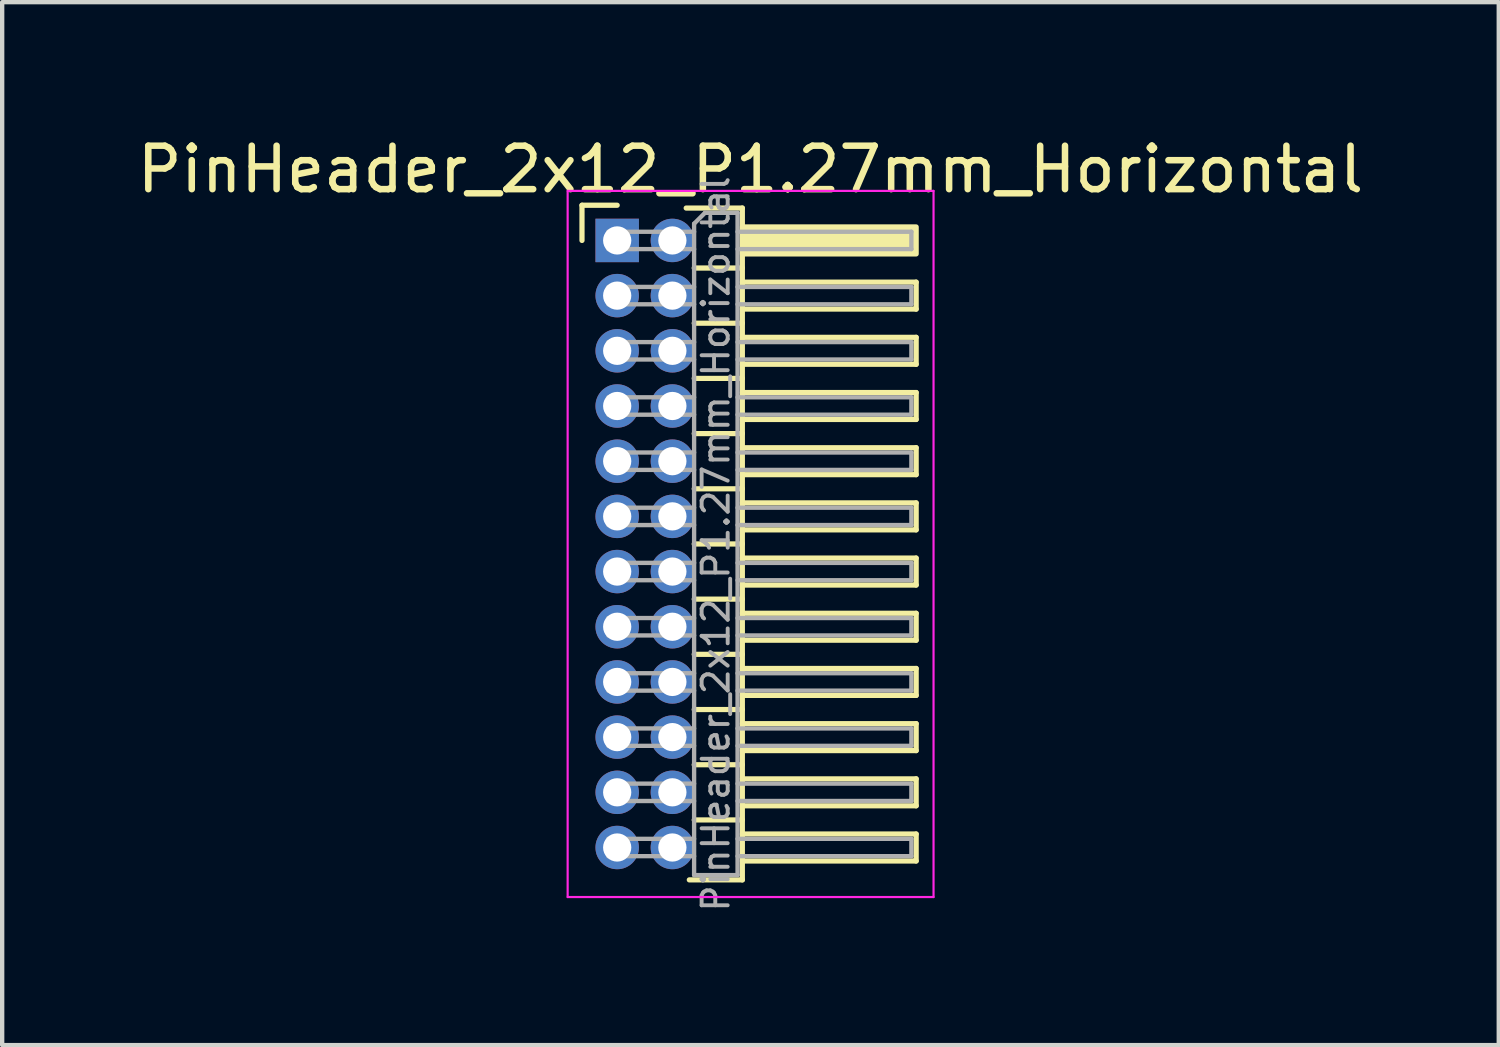
<source format=kicad_pcb>
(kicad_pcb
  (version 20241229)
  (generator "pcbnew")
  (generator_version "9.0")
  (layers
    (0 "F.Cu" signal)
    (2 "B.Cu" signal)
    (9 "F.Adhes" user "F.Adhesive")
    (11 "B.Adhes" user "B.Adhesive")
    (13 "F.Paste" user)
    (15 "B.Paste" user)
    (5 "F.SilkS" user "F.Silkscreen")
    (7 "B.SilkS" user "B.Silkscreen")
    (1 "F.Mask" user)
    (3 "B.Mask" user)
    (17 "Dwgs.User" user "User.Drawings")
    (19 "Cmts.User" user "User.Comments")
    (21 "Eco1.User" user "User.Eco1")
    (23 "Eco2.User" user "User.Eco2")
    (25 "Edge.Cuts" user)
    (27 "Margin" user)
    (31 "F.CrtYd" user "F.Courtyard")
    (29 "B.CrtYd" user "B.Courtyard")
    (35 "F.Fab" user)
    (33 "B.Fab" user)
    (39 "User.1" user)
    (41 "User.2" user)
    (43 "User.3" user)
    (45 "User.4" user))
  (footprint "PinHeader_2x12_P1.27mm_Horizontal"
    (layer "F.Cu")
    (at 11.153 2.483)
    (property "Reference" "PinHeader_2x12_P1.27mm_Horizontal" (at 3.067 -1.635 0) (layer "F.SilkS") (effects (font (size 1 1) (thickness 0.15))))
    (attr through_hole)
    (fp_line (start -0.81 -0.81) (end 0 -0.81) (stroke (width 0.12) (type solid)) (layer "F.SilkS"))
    (fp_line (start -0.81 0) (end -0.81 -0.81) (stroke (width 0.12) (type solid)) (layer "F.SilkS"))
    (fp_line (start 1.588 -0.745) (end 2.88 -0.745) (stroke (width 0.12) (type solid)) (layer "F.SilkS"))
    (fp_line (start 1.773 0.635) (end 2.88 0.635) (stroke (width 0.12) (type solid)) (layer "F.SilkS"))
    (fp_line (start 1.773 1.905) (end 2.88 1.905) (stroke (width 0.12) (type solid)) (layer "F.SilkS"))
    (fp_line (start 1.773 3.175) (end 2.88 3.175) (stroke (width 0.12) (type solid)) (layer "F.SilkS"))
    (fp_line (start 1.773 4.445) (end 2.88 4.445) (stroke (width 0.12) (type solid)) (layer "F.SilkS"))
    (fp_line (start 1.773 5.715) (end 2.88 5.715) (stroke (width 0.12) (type solid)) (layer "F.SilkS"))
    (fp_line (start 1.773 6.985) (end 2.88 6.985) (stroke (width 0.12) (type solid)) (layer "F.SilkS"))
    (fp_line (start 1.773 8.255) (end 2.88 8.255) (stroke (width 0.12) (type solid)) (layer "F.SilkS"))
    (fp_line (start 1.773 9.525) (end 2.88 9.525) (stroke (width 0.12) (type solid)) (layer "F.SilkS"))
    (fp_line (start 1.773 10.795) (end 2.88 10.795) (stroke (width 0.12) (type solid)) (layer "F.SilkS"))
    (fp_line (start 1.773 12.065) (end 2.88 12.065) (stroke (width 0.12) (type solid)) (layer "F.SilkS"))
    (fp_line (start 1.773 13.335) (end 2.88 13.335) (stroke (width 0.12) (type solid)) (layer "F.SilkS"))
    (fp_line (start 2.88 -0.745) (end 2.88 14.715) (stroke (width 0.12) (type solid)) (layer "F.SilkS"))
    (fp_line (start 2.88 0.96) (end 6.88 0.96) (stroke (width 0.12) (type solid)) (layer "F.SilkS"))
    (fp_line (start 2.88 2.23) (end 6.88 2.23) (stroke (width 0.12) (type solid)) (layer "F.SilkS"))
    (fp_line (start 2.88 3.5) (end 6.88 3.5) (stroke (width 0.12) (type solid)) (layer "F.SilkS"))
    (fp_line (start 2.88 4.77) (end 6.88 4.77) (stroke (width 0.12) (type solid)) (layer "F.SilkS"))
    (fp_line (start 2.88 6.04) (end 6.88 6.04) (stroke (width 0.12) (type solid)) (layer "F.SilkS"))
    (fp_line (start 2.88 7.31) (end 6.88 7.31) (stroke (width 0.12) (type solid)) (layer "F.SilkS"))
    (fp_line (start 2.88 8.58) (end 6.88 8.58) (stroke (width 0.12) (type solid)) (layer "F.SilkS"))
    (fp_line (start 2.88 9.85) (end 6.88 9.85) (stroke (width 0.12) (type solid)) (layer "F.SilkS"))
    (fp_line (start 2.88 11.12) (end 6.88 11.12) (stroke (width 0.12) (type solid)) (layer "F.SilkS"))
    (fp_line (start 2.88 12.39) (end 6.88 12.39) (stroke (width 0.12) (type solid)) (layer "F.SilkS"))
    (fp_line (start 2.88 13.66) (end 6.88 13.66) (stroke (width 0.12) (type solid)) (layer "F.SilkS"))
    (fp_line (start 2.88 14.715) (end 1.66 14.715) (stroke (width 0.12) (type solid)) (layer "F.SilkS"))
    (fp_line (start 6.88 0.96) (end 6.88 1.58) (stroke (width 0.12) (type solid)) (layer "F.SilkS"))
    (fp_line (start 6.88 1.58) (end 2.88 1.58) (stroke (width 0.12) (type solid)) (layer "F.SilkS"))
    (fp_line (start 6.88 2.23) (end 6.88 2.85) (stroke (width 0.12) (type solid)) (layer "F.SilkS"))
    (fp_line (start 6.88 2.85) (end 2.88 2.85) (stroke (width 0.12) (type solid)) (layer "F.SilkS"))
    (fp_line (start 6.88 3.5) (end 6.88 4.12) (stroke (width 0.12) (type solid)) (layer "F.SilkS"))
    (fp_line (start 6.88 4.12) (end 2.88 4.12) (stroke (width 0.12) (type solid)) (layer "F.SilkS"))
    (fp_line (start 6.88 4.77) (end 6.88 5.39) (stroke (width 0.12) (type solid)) (layer "F.SilkS"))
    (fp_line (start 6.88 5.39) (end 2.88 5.39) (stroke (width 0.12) (type solid)) (layer "F.SilkS"))
    (fp_line (start 6.88 6.04) (end 6.88 6.66) (stroke (width 0.12) (type solid)) (layer "F.SilkS"))
    (fp_line (start 6.88 6.66) (end 2.88 6.66) (stroke (width 0.12) (type solid)) (layer "F.SilkS"))
    (fp_line (start 6.88 7.31) (end 6.88 7.93) (stroke (width 0.12) (type solid)) (layer "F.SilkS"))
    (fp_line (start 6.88 7.93) (end 2.88 7.93) (stroke (width 0.12) (type solid)) (layer "F.SilkS"))
    (fp_line (start 6.88 8.58) (end 6.88 9.2) (stroke (width 0.12) (type solid)) (layer "F.SilkS"))
    (fp_line (start 6.88 9.2) (end 2.88 9.2) (stroke (width 0.12) (type solid)) (layer "F.SilkS"))
    (fp_line (start 6.88 9.85) (end 6.88 10.47) (stroke (width 0.12) (type solid)) (layer "F.SilkS"))
    (fp_line (start 6.88 10.47) (end 2.88 10.47) (stroke (width 0.12) (type solid)) (layer "F.SilkS"))
    (fp_line (start 6.88 11.12) (end 6.88 11.74) (stroke (width 0.12) (type solid)) (layer "F.SilkS"))
    (fp_line (start 6.88 11.74) (end 2.88 11.74) (stroke (width 0.12) (type solid)) (layer "F.SilkS"))
    (fp_line (start 6.88 12.39) (end 6.88 13.01) (stroke (width 0.12) (type solid)) (layer "F.SilkS"))
    (fp_line (start 6.88 13.01) (end 2.88 13.01) (stroke (width 0.12) (type solid)) (layer "F.SilkS"))
    (fp_line (start 6.88 13.66) (end 6.88 14.28) (stroke (width 0.12) (type solid)) (layer "F.SilkS"))
    (fp_line (start 6.88 14.28) (end 2.88 14.28) (stroke (width 0.12) (type solid)) (layer "F.SilkS"))
    (fp_rect (start 2.88 -0.31) (end 6.88 0.31) (stroke (width 0.12) (type solid)) (fill yes) (layer "F.SilkS"))
    (fp_line (start -1.14 -1.14) (end -1.14 15.11) (stroke (width 0.05) (type solid)) (layer "F.CrtYd"))
    (fp_line (start -1.14 15.11) (end 7.28 15.11) (stroke (width 0.05) (type solid)) (layer "F.CrtYd"))
    (fp_line (start 7.28 -1.14) (end -1.14 -1.14) (stroke (width 0.05) (type solid)) (layer "F.CrtYd"))
    (fp_line (start 7.28 15.11) (end 7.28 -1.14) (stroke (width 0.05) (type solid)) (layer "F.CrtYd"))
    (fp_line (start -0.2 -0.2) (end -0.2 0.2) (stroke (width 0.1) (type solid)) (layer "F.Fab"))
    (fp_line (start -0.2 -0.2) (end 1.77 -0.2) (stroke (width 0.1) (type solid)) (layer "F.Fab"))
    (fp_line (start -0.2 0.2) (end 1.77 0.2) (stroke (width 0.1) (type solid)) (layer "F.Fab"))
    (fp_line (start -0.2 1.07) (end -0.2 1.47) (stroke (width 0.1) (type solid)) (layer "F.Fab"))
    (fp_line (start -0.2 1.07) (end 1.77 1.07) (stroke (width 0.1) (type solid)) (layer "F.Fab"))
    (fp_line (start -0.2 1.47) (end 1.77 1.47) (stroke (width 0.1) (type solid)) (layer "F.Fab"))
    (fp_line (start -0.2 2.34) (end -0.2 2.74) (stroke (width 0.1) (type solid)) (layer "F.Fab"))
    (fp_line (start -0.2 2.34) (end 1.77 2.34) (stroke (width 0.1) (type solid)) (layer "F.Fab"))
    (fp_line (start -0.2 2.74) (end 1.77 2.74) (stroke (width 0.1) (type solid)) (layer "F.Fab"))
    (fp_line (start -0.2 3.61) (end -0.2 4.01) (stroke (width 0.1) (type solid)) (layer "F.Fab"))
    (fp_line (start -0.2 3.61) (end 1.77 3.61) (stroke (width 0.1) (type solid)) (layer "F.Fab"))
    (fp_line (start -0.2 4.01) (end 1.77 4.01) (stroke (width 0.1) (type solid)) (layer "F.Fab"))
    (fp_line (start -0.2 4.88) (end -0.2 5.28) (stroke (width 0.1) (type solid)) (layer "F.Fab"))
    (fp_line (start -0.2 4.88) (end 1.77 4.88) (stroke (width 0.1) (type solid)) (layer "F.Fab"))
    (fp_line (start -0.2 5.28) (end 1.77 5.28) (stroke (width 0.1) (type solid)) (layer "F.Fab"))
    (fp_line (start -0.2 6.15) (end -0.2 6.55) (stroke (width 0.1) (type solid)) (layer "F.Fab"))
    (fp_line (start -0.2 6.15) (end 1.77 6.15) (stroke (width 0.1) (type solid)) (layer "F.Fab"))
    (fp_line (start -0.2 6.55) (end 1.77 6.55) (stroke (width 0.1) (type solid)) (layer "F.Fab"))
    (fp_line (start -0.2 7.42) (end -0.2 7.82) (stroke (width 0.1) (type solid)) (layer "F.Fab"))
    (fp_line (start -0.2 7.42) (end 1.77 7.42) (stroke (width 0.1) (type solid)) (layer "F.Fab"))
    (fp_line (start -0.2 7.82) (end 1.77 7.82) (stroke (width 0.1) (type solid)) (layer "F.Fab"))
    (fp_line (start -0.2 8.69) (end -0.2 9.09) (stroke (width 0.1) (type solid)) (layer "F.Fab"))
    (fp_line (start -0.2 8.69) (end 1.77 8.69) (stroke (width 0.1) (type solid)) (layer "F.Fab"))
    (fp_line (start -0.2 9.09) (end 1.77 9.09) (stroke (width 0.1) (type solid)) (layer "F.Fab"))
    (fp_line (start -0.2 9.96) (end -0.2 10.36) (stroke (width 0.1) (type solid)) (layer "F.Fab"))
    (fp_line (start -0.2 9.96) (end 1.77 9.96) (stroke (width 0.1) (type solid)) (layer "F.Fab"))
    (fp_line (start -0.2 10.36) (end 1.77 10.36) (stroke (width 0.1) (type solid)) (layer "F.Fab"))
    (fp_line (start -0.2 11.23) (end -0.2 11.63) (stroke (width 0.1) (type solid)) (layer "F.Fab"))
    (fp_line (start -0.2 11.23) (end 1.77 11.23) (stroke (width 0.1) (type solid)) (layer "F.Fab"))
    (fp_line (start -0.2 11.63) (end 1.77 11.63) (stroke (width 0.1) (type solid)) (layer "F.Fab"))
    (fp_line (start -0.2 12.5) (end -0.2 12.9) (stroke (width 0.1) (type solid)) (layer "F.Fab"))
    (fp_line (start -0.2 12.5) (end 1.77 12.5) (stroke (width 0.1) (type solid)) (layer "F.Fab"))
    (fp_line (start -0.2 12.9) (end 1.77 12.9) (stroke (width 0.1) (type solid)) (layer "F.Fab"))
    (fp_line (start -0.2 13.77) (end -0.2 14.17) (stroke (width 0.1) (type solid)) (layer "F.Fab"))
    (fp_line (start -0.2 13.77) (end 1.77 13.77) (stroke (width 0.1) (type solid)) (layer "F.Fab"))
    (fp_line (start -0.2 14.17) (end 1.77 14.17) (stroke (width 0.1) (type solid)) (layer "F.Fab"))
    (fp_line (start 1.77 -0.385) (end 2.02 -0.635) (stroke (width 0.1) (type solid)) (layer "F.Fab"))
    (fp_line (start 1.77 14.605) (end 1.77 -0.385) (stroke (width 0.1) (type solid)) (layer "F.Fab"))
    (fp_line (start 2.02 -0.635) (end 2.77 -0.635) (stroke (width 0.1) (type solid)) (layer "F.Fab"))
    (fp_line (start 2.77 -0.635) (end 2.77 14.605) (stroke (width 0.1) (type solid)) (layer "F.Fab"))
    (fp_line (start 2.77 -0.2) (end 6.77 -0.2) (stroke (width 0.1) (type solid)) (layer "F.Fab"))
    (fp_line (start 2.77 0.2) (end 6.77 0.2) (stroke (width 0.1) (type solid)) (layer "F.Fab"))
    (fp_line (start 2.77 1.07) (end 6.77 1.07) (stroke (width 0.1) (type solid)) (layer "F.Fab"))
    (fp_line (start 2.77 1.47) (end 6.77 1.47) (stroke (width 0.1) (type solid)) (layer "F.Fab"))
    (fp_line (start 2.77 2.34) (end 6.77 2.34) (stroke (width 0.1) (type solid)) (layer "F.Fab"))
    (fp_line (start 2.77 2.74) (end 6.77 2.74) (stroke (width 0.1) (type solid)) (layer "F.Fab"))
    (fp_line (start 2.77 3.61) (end 6.77 3.61) (stroke (width 0.1) (type solid)) (layer "F.Fab"))
    (fp_line (start 2.77 4.01) (end 6.77 4.01) (stroke (width 0.1) (type solid)) (layer "F.Fab"))
    (fp_line (start 2.77 4.88) (end 6.77 4.88) (stroke (width 0.1) (type solid)) (layer "F.Fab"))
    (fp_line (start 2.77 5.28) (end 6.77 5.28) (stroke (width 0.1) (type solid)) (layer "F.Fab"))
    (fp_line (start 2.77 6.15) (end 6.77 6.15) (stroke (width 0.1) (type solid)) (layer "F.Fab"))
    (fp_line (start 2.77 6.55) (end 6.77 6.55) (stroke (width 0.1) (type solid)) (layer "F.Fab"))
    (fp_line (start 2.77 7.42) (end 6.77 7.42) (stroke (width 0.1) (type solid)) (layer "F.Fab"))
    (fp_line (start 2.77 7.82) (end 6.77 7.82) (stroke (width 0.1) (type solid)) (layer "F.Fab"))
    (fp_line (start 2.77 8.69) (end 6.77 8.69) (stroke (width 0.1) (type solid)) (layer "F.Fab"))
    (fp_line (start 2.77 9.09) (end 6.77 9.09) (stroke (width 0.1) (type solid)) (layer "F.Fab"))
    (fp_line (start 2.77 9.96) (end 6.77 9.96) (stroke (width 0.1) (type solid)) (layer "F.Fab"))
    (fp_line (start 2.77 10.36) (end 6.77 10.36) (stroke (width 0.1) (type solid)) (layer "F.Fab"))
    (fp_line (start 2.77 11.23) (end 6.77 11.23) (stroke (width 0.1) (type solid)) (layer "F.Fab"))
    (fp_line (start 2.77 11.63) (end 6.77 11.63) (stroke (width 0.1) (type solid)) (layer "F.Fab"))
    (fp_line (start 2.77 12.5) (end 6.77 12.5) (stroke (width 0.1) (type solid)) (layer "F.Fab"))
    (fp_line (start 2.77 12.9) (end 6.77 12.9) (stroke (width 0.1) (type solid)) (layer "F.Fab"))
    (fp_line (start 2.77 13.77) (end 6.77 13.77) (stroke (width 0.1) (type solid)) (layer "F.Fab"))
    (fp_line (start 2.77 14.17) (end 6.77 14.17) (stroke (width 0.1) (type solid)) (layer "F.Fab"))
    (fp_line (start 2.77 14.605) (end 1.77 14.605) (stroke (width 0.1) (type solid)) (layer "F.Fab"))
    (fp_line (start 6.77 -0.2) (end 6.77 0.2) (stroke (width 0.1) (type solid)) (layer "F.Fab"))
    (fp_line (start 6.77 1.07) (end 6.77 1.47) (stroke (width 0.1) (type solid)) (layer "F.Fab"))
    (fp_line (start 6.77 2.34) (end 6.77 2.74) (stroke (width 0.1) (type solid)) (layer "F.Fab"))
    (fp_line (start 6.77 3.61) (end 6.77 4.01) (stroke (width 0.1) (type solid)) (layer "F.Fab"))
    (fp_line (start 6.77 4.88) (end 6.77 5.28) (stroke (width 0.1) (type solid)) (layer "F.Fab"))
    (fp_line (start 6.77 6.15) (end 6.77 6.55) (stroke (width 0.1) (type solid)) (layer "F.Fab"))
    (fp_line (start 6.77 7.42) (end 6.77 7.82) (stroke (width 0.1) (type solid)) (layer "F.Fab"))
    (fp_line (start 6.77 8.69) (end 6.77 9.09) (stroke (width 0.1) (type solid)) (layer "F.Fab"))
    (fp_line (start 6.77 9.96) (end 6.77 10.36) (stroke (width 0.1) (type solid)) (layer "F.Fab"))
    (fp_line (start 6.77 11.23) (end 6.77 11.63) (stroke (width 0.1) (type solid)) (layer "F.Fab"))
    (fp_line (start 6.77 12.5) (end 6.77 12.9) (stroke (width 0.1) (type solid)) (layer "F.Fab"))
    (fp_line (start 6.77 13.77) (end 6.77 14.17) (stroke (width 0.1) (type solid)) (layer "F.Fab"))
    (fp_text user "${REFERENCE}" (at 2.27 6.985 90) (layer "F.Fab") (effects (font (size 0.6 0.6) (thickness 0.09))))
    (pad "1" thru_hole rect (at 0 0) (size 1 1) (drill 0.65) (layers "*.Cu" "*.Mask"))
    (pad "2" thru_hole circle (at 1.27 0) (size 1 1) (drill 0.65) (layers "*.Cu" "*.Mask"))
    (pad "3" thru_hole circle (at 0 1.27) (size 1 1) (drill 0.65) (layers "*.Cu" "*.Mask"))
    (pad "4" thru_hole circle (at 1.27 1.27) (size 1 1) (drill 0.65) (layers "*.Cu" "*.Mask"))
    (pad "5" thru_hole circle (at 0 2.54) (size 1 1) (drill 0.65) (layers "*.Cu" "*.Mask"))
    (pad "6" thru_hole circle (at 1.27 2.54) (size 1 1) (drill 0.65) (layers "*.Cu" "*.Mask"))
    (pad "7" thru_hole circle (at 0 3.81) (size 1 1) (drill 0.65) (layers "*.Cu" "*.Mask"))
    (pad "8" thru_hole circle (at 1.27 3.81) (size 1 1) (drill 0.65) (layers "*.Cu" "*.Mask"))
    (pad "9" thru_hole circle (at 0 5.08) (size 1 1) (drill 0.65) (layers "*.Cu" "*.Mask"))
    (pad "10" thru_hole circle (at 1.27 5.08) (size 1 1) (drill 0.65) (layers "*.Cu" "*.Mask"))
    (pad "11" thru_hole circle (at 0 6.35) (size 1 1) (drill 0.65) (layers "*.Cu" "*.Mask"))
    (pad "12" thru_hole circle (at 1.27 6.35) (size 1 1) (drill 0.65) (layers "*.Cu" "*.Mask"))
    (pad "13" thru_hole circle (at 0 7.62) (size 1 1) (drill 0.65) (layers "*.Cu" "*.Mask"))
    (pad "14" thru_hole circle (at 1.27 7.62) (size 1 1) (drill 0.65) (layers "*.Cu" "*.Mask"))
    (pad "15" thru_hole circle (at 0 8.89) (size 1 1) (drill 0.65) (layers "*.Cu" "*.Mask"))
    (pad "16" thru_hole circle (at 1.27 8.89) (size 1 1) (drill 0.65) (layers "*.Cu" "*.Mask"))
    (pad "17" thru_hole circle (at 0 10.16) (size 1 1) (drill 0.65) (layers "*.Cu" "*.Mask"))
    (pad "18" thru_hole circle (at 1.27 10.16) (size 1 1) (drill 0.65) (layers "*.Cu" "*.Mask"))
    (pad "19" thru_hole circle (at 0 11.43) (size 1 1) (drill 0.65) (layers "*.Cu" "*.Mask"))
    (pad "20" thru_hole circle (at 1.27 11.43) (size 1 1) (drill 0.65) (layers "*.Cu" "*.Mask"))
    (pad "21" thru_hole circle (at 0 12.7) (size 1 1) (drill 0.65) (layers "*.Cu" "*.Mask"))
    (pad "22" thru_hole circle (at 1.27 12.7) (size 1 1) (drill 0.65) (layers "*.Cu" "*.Mask"))
    (pad "23" thru_hole circle (at 0 13.97) (size 1 1) (drill 0.65) (layers "*.Cu" "*.Mask"))
    (pad "24" thru_hole circle (at 1.27 13.97) (size 1 1) (drill 0.65) (layers "*.Cu" "*.Mask")))
  (gr_rect
    (start -3 -3)
    (end 31.44 21)
    (stroke (width 0.1) (type default))
    (fill no)
    (layer "Edge.Cuts")))
</source>
